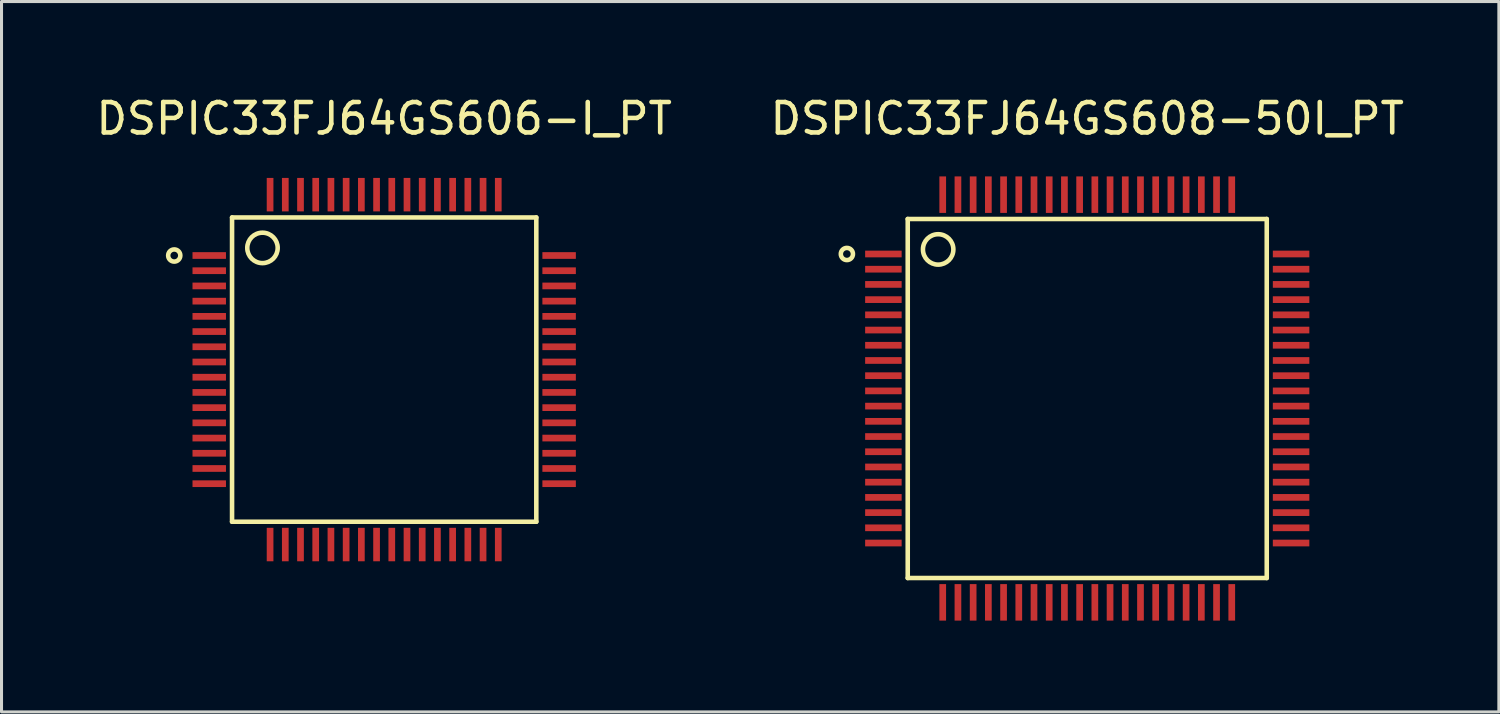
<source format=kicad_pcb>
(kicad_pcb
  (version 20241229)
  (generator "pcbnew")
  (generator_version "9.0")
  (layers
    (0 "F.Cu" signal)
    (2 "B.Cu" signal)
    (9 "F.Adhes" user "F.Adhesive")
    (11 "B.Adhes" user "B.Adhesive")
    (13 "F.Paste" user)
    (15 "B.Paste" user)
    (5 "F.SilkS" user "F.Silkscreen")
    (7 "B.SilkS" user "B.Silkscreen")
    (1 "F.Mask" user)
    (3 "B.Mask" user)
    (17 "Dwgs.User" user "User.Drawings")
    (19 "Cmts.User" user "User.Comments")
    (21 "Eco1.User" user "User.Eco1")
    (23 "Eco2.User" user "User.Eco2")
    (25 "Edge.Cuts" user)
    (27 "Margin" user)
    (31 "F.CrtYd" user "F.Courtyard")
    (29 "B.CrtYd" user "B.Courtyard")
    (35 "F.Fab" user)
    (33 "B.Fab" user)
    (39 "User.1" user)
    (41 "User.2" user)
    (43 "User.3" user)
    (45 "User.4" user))
  (footprint "DSPIC33FJ64GS608-50I_PT"
    (layer "F.Cu")
    (at 25.985 3.348)
    (property "Reference" "DSPIC33FJ64GS608-50I_PT" (at 6.7 -2.5 0) (layer "F.SilkS") (effects (font (size 1 1) (thickness 0.15))))
    (attr through_hole)
    (fp_line (start 0.8 0.8) (end 0.8 12.6) (stroke (width 0.15) (type solid)) (layer "F.SilkS"))
    (fp_line (start 0.8 0.8) (end 12.6 0.8) (stroke (width 0.15) (type solid)) (layer "F.SilkS"))
    (fp_line (start 0.8 12.6) (end 12.6 12.6) (stroke (width 0.15) (type solid)) (layer "F.SilkS"))
    (fp_line (start 12.6 12.6) (end 12.6 0.8) (stroke (width 0.15) (type solid)) (layer "F.SilkS"))
    (fp_circle (center -1.2 1.95) (end -1.2 1.75) (stroke (width 0.15) (type solid)) (fill no) (layer "F.SilkS"))
    (fp_circle (center 1.8 1.8) (end 1.8 1.3) (stroke (width 0.15) (type solid)) (fill no) (layer "F.SilkS"))
    (pad "1" smd rect (at 0 1.95) (size 1.2 0.22) (layers "F.Cu" "F.Mask" "F.Paste"))
    (pad "2" smd rect (at 0 2.45) (size 1.2 0.22) (layers "F.Cu" "F.Mask" "F.Paste"))
    (pad "3" smd rect (at 0 2.95) (size 1.2 0.22) (layers "F.Cu" "F.Mask" "F.Paste"))
    (pad "4" smd rect (at 0 3.45) (size 1.2 0.22) (layers "F.Cu" "F.Mask" "F.Paste"))
    (pad "5" smd rect (at 0 3.95) (size 1.2 0.22) (layers "F.Cu" "F.Mask" "F.Paste"))
    (pad "6" smd rect (at 0 4.45) (size 1.2 0.22) (layers "F.Cu" "F.Mask" "F.Paste"))
    (pad "7" smd rect (at 0 4.95) (size 1.2 0.22) (layers "F.Cu" "F.Mask" "F.Paste"))
    (pad "8" smd rect (at 0 5.45) (size 1.2 0.22) (layers "F.Cu" "F.Mask" "F.Paste"))
    (pad "9" smd rect (at 0 5.95) (size 1.2 0.22) (layers "F.Cu" "F.Mask" "F.Paste"))
    (pad "10" smd rect (at 0 6.45) (size 1.2 0.22) (layers "F.Cu" "F.Mask" "F.Paste"))
    (pad "11" smd rect (at 0 6.95) (size 1.2 0.22) (layers "F.Cu" "F.Mask" "F.Paste"))
    (pad "12" smd rect (at 0 7.45) (size 1.2 0.22) (layers "F.Cu" "F.Mask" "F.Paste"))
    (pad "13" smd rect (at 0 7.95) (size 1.2 0.22) (layers "F.Cu" "F.Mask" "F.Paste"))
    (pad "14" smd rect (at 0 8.45) (size 1.2 0.22) (layers "F.Cu" "F.Mask" "F.Paste"))
    (pad "15" smd rect (at 0 8.95) (size 1.2 0.22) (layers "F.Cu" "F.Mask" "F.Paste"))
    (pad "16" smd rect (at 0 9.45) (size 1.2 0.22) (layers "F.Cu" "F.Mask" "F.Paste"))
    (pad "17" smd rect (at 0 9.95) (size 1.2 0.22) (layers "F.Cu" "F.Mask" "F.Paste"))
    (pad "18" smd rect (at 0 10.45) (size 1.2 0.22) (layers "F.Cu" "F.Mask" "F.Paste"))
    (pad "19" smd rect (at 0 10.95) (size 1.2 0.22) (layers "F.Cu" "F.Mask" "F.Paste"))
    (pad "20" smd rect (at 0 11.45) (size 1.2 0.22) (layers "F.Cu" "F.Mask" "F.Paste"))
    (pad "21" smd rect (at 1.95 13.4) (size 0.22 1.2) (layers "F.Cu" "F.Mask" "F.Paste"))
    (pad "22" smd rect (at 2.45 13.4) (size 0.22 1.2) (layers "F.Cu" "F.Mask" "F.Paste"))
    (pad "23" smd rect (at 2.95 13.4) (size 0.22 1.2) (layers "F.Cu" "F.Mask" "F.Paste"))
    (pad "24" smd rect (at 3.45 13.4) (size 0.22 1.2) (layers "F.Cu" "F.Mask" "F.Paste"))
    (pad "25" smd rect (at 3.95 13.4) (size 0.22 1.2) (layers "F.Cu" "F.Mask" "F.Paste"))
    (pad "26" smd rect (at 4.45 13.4) (size 0.22 1.2) (layers "F.Cu" "F.Mask" "F.Paste"))
    (pad "27" smd rect (at 4.95 13.4) (size 0.22 1.2) (layers "F.Cu" "F.Mask" "F.Paste"))
    (pad "28" smd rect (at 5.45 13.4) (size 0.22 1.2) (layers "F.Cu" "F.Mask" "F.Paste"))
    (pad "29" smd rect (at 5.95 13.4) (size 0.22 1.2) (layers "F.Cu" "F.Mask" "F.Paste"))
    (pad "30" smd rect (at 6.45 13.4) (size 0.22 1.2) (layers "F.Cu" "F.Mask" "F.Paste"))
    (pad "31" smd rect (at 6.95 13.4) (size 0.22 1.2) (layers "F.Cu" "F.Mask" "F.Paste"))
    (pad "32" smd rect (at 7.45 13.4) (size 0.22 1.2) (layers "F.Cu" "F.Mask" "F.Paste"))
    (pad "33" smd rect (at 7.95 13.4) (size 0.22 1.2) (layers "F.Cu" "F.Mask" "F.Paste"))
    (pad "34" smd rect (at 8.45 13.4) (size 0.22 1.2) (layers "F.Cu" "F.Mask" "F.Paste"))
    (pad "35" smd rect (at 8.95 13.4) (size 0.22 1.2) (layers "F.Cu" "F.Mask" "F.Paste"))
    (pad "36" smd rect (at 9.45 13.4) (size 0.22 1.2) (layers "F.Cu" "F.Mask" "F.Paste"))
    (pad "37" smd rect (at 9.95 13.4) (size 0.22 1.2) (layers "F.Cu" "F.Mask" "F.Paste"))
    (pad "38" smd rect (at 10.45 13.4) (size 0.22 1.2) (layers "F.Cu" "F.Mask" "F.Paste"))
    (pad "39" smd rect (at 10.95 13.4) (size 0.22 1.2) (layers "F.Cu" "F.Mask" "F.Paste"))
    (pad "40" smd rect (at 11.45 13.4) (size 0.22 1.2) (layers "F.Cu" "F.Mask" "F.Paste"))
    (pad "41" smd rect (at 13.4 11.45) (size 1.2 0.22) (layers "F.Cu" "F.Mask" "F.Paste"))
    (pad "42" smd rect (at 13.4 10.95) (size 1.2 0.22) (layers "F.Cu" "F.Mask" "F.Paste"))
    (pad "43" smd rect (at 13.4 10.45) (size 1.2 0.22) (layers "F.Cu" "F.Mask" "F.Paste"))
    (pad "44" smd rect (at 13.4 9.95) (size 1.2 0.22) (layers "F.Cu" "F.Mask" "F.Paste"))
    (pad "45" smd rect (at 13.4 9.45) (size 1.2 0.22) (layers "F.Cu" "F.Mask" "F.Paste"))
    (pad "46" smd rect (at 13.4 8.95) (size 1.2 0.22) (layers "F.Cu" "F.Mask" "F.Paste"))
    (pad "47" smd rect (at 13.4 8.45) (size 1.2 0.22) (layers "F.Cu" "F.Mask" "F.Paste"))
    (pad "48" smd rect (at 13.4 7.95) (size 1.2 0.22) (layers "F.Cu" "F.Mask" "F.Paste"))
    (pad "49" smd rect (at 13.4 7.45) (size 1.2 0.22) (layers "F.Cu" "F.Mask" "F.Paste"))
    (pad "50" smd rect (at 13.4 6.95) (size 1.2 0.22) (layers "F.Cu" "F.Mask" "F.Paste"))
    (pad "51" smd rect (at 13.4 6.45) (size 1.2 0.22) (layers "F.Cu" "F.Mask" "F.Paste"))
    (pad "52" smd rect (at 13.4 5.95) (size 1.2 0.22) (layers "F.Cu" "F.Mask" "F.Paste"))
    (pad "53" smd rect (at 13.4 5.45) (size 1.2 0.22) (layers "F.Cu" "F.Mask" "F.Paste"))
    (pad "54" smd rect (at 13.4 4.95) (size 1.2 0.22) (layers "F.Cu" "F.Mask" "F.Paste"))
    (pad "55" smd rect (at 13.4 4.45) (size 1.2 0.22) (layers "F.Cu" "F.Mask" "F.Paste"))
    (pad "56" smd rect (at 13.4 3.95) (size 1.2 0.22) (layers "F.Cu" "F.Mask" "F.Paste"))
    (pad "57" smd rect (at 13.4 3.45) (size 1.2 0.22) (layers "F.Cu" "F.Mask" "F.Paste"))
    (pad "58" smd rect (at 13.4 2.95) (size 1.2 0.22) (layers "F.Cu" "F.Mask" "F.Paste"))
    (pad "59" smd rect (at 13.4 2.45) (size 1.2 0.22) (layers "F.Cu" "F.Mask" "F.Paste"))
    (pad "60" smd rect (at 13.4 1.95) (size 1.2 0.22) (layers "F.Cu" "F.Mask" "F.Paste"))
    (pad "61" smd rect (at 11.45 0) (size 0.22 1.2) (layers "F.Cu" "F.Mask" "F.Paste"))
    (pad "62" smd rect (at 10.95 0) (size 0.22 1.2) (layers "F.Cu" "F.Mask" "F.Paste"))
    (pad "63" smd rect (at 10.45 0) (size 0.22 1.2) (layers "F.Cu" "F.Mask" "F.Paste"))
    (pad "64" smd rect (at 9.95 0) (size 0.22 1.2) (layers "F.Cu" "F.Mask" "F.Paste"))
    (pad "65" smd rect (at 9.45 0) (size 0.22 1.2) (layers "F.Cu" "F.Mask" "F.Paste"))
    (pad "66" smd rect (at 8.95 0) (size 0.22 1.2) (layers "F.Cu" "F.Mask" "F.Paste"))
    (pad "67" smd rect (at 8.45 0) (size 0.22 1.2) (layers "F.Cu" "F.Mask" "F.Paste"))
    (pad "68" smd rect (at 7.95 0) (size 0.22 1.2) (layers "F.Cu" "F.Mask" "F.Paste"))
    (pad "69" smd rect (at 7.45 0) (size 0.22 1.2) (layers "F.Cu" "F.Mask" "F.Paste"))
    (pad "70" smd rect (at 6.95 0) (size 0.22 1.2) (layers "F.Cu" "F.Mask" "F.Paste"))
    (pad "71" smd rect (at 6.45 0) (size 0.22 1.2) (layers "F.Cu" "F.Mask" "F.Paste"))
    (pad "72" smd rect (at 5.95 0) (size 0.22 1.2) (layers "F.Cu" "F.Mask" "F.Paste"))
    (pad "73" smd rect (at 5.45 0) (size 0.22 1.2) (layers "F.Cu" "F.Mask" "F.Paste"))
    (pad "74" smd rect (at 4.95 0) (size 0.22 1.2) (layers "F.Cu" "F.Mask" "F.Paste"))
    (pad "75" smd rect (at 4.45 0) (size 0.22 1.2) (layers "F.Cu" "F.Mask" "F.Paste"))
    (pad "76" smd rect (at 3.95 0) (size 0.22 1.2) (layers "F.Cu" "F.Mask" "F.Paste"))
    (pad "77" smd rect (at 3.45 0) (size 0.22 1.2) (layers "F.Cu" "F.Mask" "F.Paste"))
    (pad "78" smd rect (at 2.95 0) (size 0.22 1.2) (layers "F.Cu" "F.Mask" "F.Paste"))
    (pad "79" smd rect (at 2.45 0) (size 0.22 1.2) (layers "F.Cu" "F.Mask" "F.Paste"))
    (pad "80" smd rect (at 1.95 0) (size 0.22 1.2) (layers "F.Cu" "F.Mask" "F.Paste")))
  (footprint "DSPIC33FJ64GS606-I_PT"
    (layer "F.Cu")
    (at 3.827 3.348)
    (property "Reference" "DSPIC33FJ64GS606-I_PT" (at 5.75 -2.5 0) (layer "F.SilkS") (effects (font (size 1 1) (thickness 0.15))))
    (attr through_hole)
    (fp_line (start 0.75 0.75) (end 0.75 10.75) (stroke (width 0.15) (type solid)) (layer "F.SilkS"))
    (fp_line (start 0.75 0.75) (end 10.75 0.75) (stroke (width 0.15) (type solid)) (layer "F.SilkS"))
    (fp_line (start 0.75 10.75) (end 10.75 10.75) (stroke (width 0.15) (type solid)) (layer "F.SilkS"))
    (fp_line (start 10.75 10.75) (end 10.75 0.75) (stroke (width 0.15) (type solid)) (layer "F.SilkS"))
    (fp_circle (center -1.15 2) (end -1.15 1.8) (stroke (width 0.15) (type solid)) (fill no) (layer "F.SilkS"))
    (fp_circle (center 1.75 1.75) (end 1.75 1.25) (stroke (width 0.15) (type solid)) (fill no) (layer "F.SilkS"))
    (pad "1" smd rect (at 0 2) (size 1.1 0.22) (layers "F.Cu" "F.Mask" "F.Paste"))
    (pad "2" smd rect (at 0 2.5) (size 1.1 0.22) (layers "F.Cu" "F.Mask" "F.Paste"))
    (pad "3" smd rect (at 0 3) (size 1.1 0.22) (layers "F.Cu" "F.Mask" "F.Paste"))
    (pad "4" smd rect (at 0 3.5) (size 1.1 0.22) (layers "F.Cu" "F.Mask" "F.Paste"))
    (pad "5" smd rect (at 0 4) (size 1.1 0.22) (layers "F.Cu" "F.Mask" "F.Paste"))
    (pad "6" smd rect (at 0 4.5) (size 1.1 0.22) (layers "F.Cu" "F.Mask" "F.Paste"))
    (pad "7" smd rect (at 0 5) (size 1.1 0.22) (layers "F.Cu" "F.Mask" "F.Paste"))
    (pad "8" smd rect (at 0 5.5) (size 1.1 0.22) (layers "F.Cu" "F.Mask" "F.Paste"))
    (pad "9" smd rect (at 0 6) (size 1.1 0.22) (layers "F.Cu" "F.Mask" "F.Paste"))
    (pad "10" smd rect (at 0 6.5) (size 1.1 0.22) (layers "F.Cu" "F.Mask" "F.Paste"))
    (pad "11" smd rect (at 0 7) (size 1.1 0.22) (layers "F.Cu" "F.Mask" "F.Paste"))
    (pad "12" smd rect (at 0 7.5) (size 1.1 0.22) (layers "F.Cu" "F.Mask" "F.Paste"))
    (pad "13" smd rect (at 0 8) (size 1.1 0.22) (layers "F.Cu" "F.Mask" "F.Paste"))
    (pad "14" smd rect (at 0 8.5) (size 1.1 0.22) (layers "F.Cu" "F.Mask" "F.Paste"))
    (pad "15" smd rect (at 0 9) (size 1.1 0.22) (layers "F.Cu" "F.Mask" "F.Paste"))
    (pad "16" smd rect (at 0 9.5) (size 1.1 0.22) (layers "F.Cu" "F.Mask" "F.Paste"))
    (pad "17" smd rect (at 2 11.5) (size 0.22 1.1) (layers "F.Cu" "F.Mask" "F.Paste"))
    (pad "18" smd rect (at 2.5 11.5) (size 0.22 1.1) (layers "F.Cu" "F.Mask" "F.Paste"))
    (pad "19" smd rect (at 3 11.5) (size 0.22 1.1) (layers "F.Cu" "F.Mask" "F.Paste"))
    (pad "20" smd rect (at 3.5 11.5) (size 0.22 1.1) (layers "F.Cu" "F.Mask" "F.Paste"))
    (pad "21" smd rect (at 4 11.5) (size 0.22 1.1) (layers "F.Cu" "F.Mask" "F.Paste"))
    (pad "22" smd rect (at 4.5 11.5) (size 0.22 1.1) (layers "F.Cu" "F.Mask" "F.Paste"))
    (pad "23" smd rect (at 5 11.5) (size 0.22 1.1) (layers "F.Cu" "F.Mask" "F.Paste"))
    (pad "24" smd rect (at 5.5 11.5) (size 0.22 1.1) (layers "F.Cu" "F.Mask" "F.Paste"))
    (pad "25" smd rect (at 6 11.5) (size 0.22 1.1) (layers "F.Cu" "F.Mask" "F.Paste"))
    (pad "26" smd rect (at 6.5 11.5) (size 0.22 1.1) (layers "F.Cu" "F.Mask" "F.Paste"))
    (pad "27" smd rect (at 7 11.5) (size 0.22 1.1) (layers "F.Cu" "F.Mask" "F.Paste"))
    (pad "28" smd rect (at 7.5 11.5) (size 0.22 1.1) (layers "F.Cu" "F.Mask" "F.Paste"))
    (pad "29" smd rect (at 8 11.5) (size 0.22 1.1) (layers "F.Cu" "F.Mask" "F.Paste"))
    (pad "30" smd rect (at 8.5 11.5) (size 0.22 1.1) (layers "F.Cu" "F.Mask" "F.Paste"))
    (pad "31" smd rect (at 9 11.5) (size 0.22 1.1) (layers "F.Cu" "F.Mask" "F.Paste"))
    (pad "32" smd rect (at 9.5 11.5) (size 0.22 1.1) (layers "F.Cu" "F.Mask" "F.Paste"))
    (pad "33" smd rect (at 11.5 9.5) (size 1.1 0.22) (layers "F.Cu" "F.Mask" "F.Paste"))
    (pad "34" smd rect (at 11.5 9) (size 1.1 0.22) (layers "F.Cu" "F.Mask" "F.Paste"))
    (pad "35" smd rect (at 11.5 8.5) (size 1.1 0.22) (layers "F.Cu" "F.Mask" "F.Paste"))
    (pad "36" smd rect (at 11.5 8) (size 1.1 0.22) (layers "F.Cu" "F.Mask" "F.Paste"))
    (pad "37" smd rect (at 11.5 7.5) (size 1.1 0.22) (layers "F.Cu" "F.Mask" "F.Paste"))
    (pad "38" smd rect (at 11.5 7) (size 1.1 0.22) (layers "F.Cu" "F.Mask" "F.Paste"))
    (pad "39" smd rect (at 11.5 6.5) (size 1.1 0.22) (layers "F.Cu" "F.Mask" "F.Paste"))
    (pad "40" smd rect (at 11.5 6) (size 1.1 0.22) (layers "F.Cu" "F.Mask" "F.Paste"))
    (pad "41" smd rect (at 11.5 5.5) (size 1.1 0.22) (layers "F.Cu" "F.Mask" "F.Paste"))
    (pad "42" smd rect (at 11.5 5) (size 1.1 0.22) (layers "F.Cu" "F.Mask" "F.Paste"))
    (pad "43" smd rect (at 11.5 4.5) (size 1.1 0.22) (layers "F.Cu" "F.Mask" "F.Paste"))
    (pad "44" smd rect (at 11.5 4) (size 1.1 0.22) (layers "F.Cu" "F.Mask" "F.Paste"))
    (pad "45" smd rect (at 11.5 3.5) (size 1.1 0.22) (layers "F.Cu" "F.Mask" "F.Paste"))
    (pad "46" smd rect (at 11.5 3) (size 1.1 0.22) (layers "F.Cu" "F.Mask" "F.Paste"))
    (pad "47" smd rect (at 11.5 2.5) (size 1.1 0.22) (layers "F.Cu" "F.Mask" "F.Paste"))
    (pad "48" smd rect (at 11.5 2) (size 1.1 0.22) (layers "F.Cu" "F.Mask" "F.Paste"))
    (pad "49" smd rect (at 9.5 0) (size 0.22 1.1) (layers "F.Cu" "F.Mask" "F.Paste"))
    (pad "50" smd rect (at 9 0) (size 0.22 1.1) (layers "F.Cu" "F.Mask" "F.Paste"))
    (pad "51" smd rect (at 8.5 0) (size 0.22 1.1) (layers "F.Cu" "F.Mask" "F.Paste"))
    (pad "52" smd rect (at 8 0) (size 0.22 1.1) (layers "F.Cu" "F.Mask" "F.Paste"))
    (pad "53" smd rect (at 7.5 0) (size 0.22 1.1) (layers "F.Cu" "F.Mask" "F.Paste"))
    (pad "54" smd rect (at 7 0) (size 0.22 1.1) (layers "F.Cu" "F.Mask" "F.Paste"))
    (pad "55" smd rect (at 6.5 0) (size 0.22 1.1) (layers "F.Cu" "F.Mask" "F.Paste"))
    (pad "56" smd rect (at 6 0) (size 0.22 1.1) (layers "F.Cu" "F.Mask" "F.Paste"))
    (pad "57" smd rect (at 5.5 0) (size 0.22 1.1) (layers "F.Cu" "F.Mask" "F.Paste"))
    (pad "58" smd rect (at 5 0) (size 0.22 1.1) (layers "F.Cu" "F.Mask" "F.Paste"))
    (pad "59" smd rect (at 4.5 0) (size 0.22 1.1) (layers "F.Cu" "F.Mask" "F.Paste"))
    (pad "60" smd rect (at 4 0) (size 0.22 1.1) (layers "F.Cu" "F.Mask" "F.Paste"))
    (pad "61" smd rect (at 3.5 0) (size 0.22 1.1) (layers "F.Cu" "F.Mask" "F.Paste"))
    (pad "62" smd rect (at 3 0) (size 0.22 1.1) (layers "F.Cu" "F.Mask" "F.Paste"))
    (pad "63" smd rect (at 2.5 0) (size 0.22 1.1) (layers "F.Cu" "F.Mask" "F.Paste"))
    (pad "64" smd rect (at 2 0) (size 0.22 1.1) (layers "F.Cu" "F.Mask" "F.Paste")))
  (gr_rect
    (start -3 -3)
    (end 46.214 20.348)
    (stroke (width 0.1) (type default))
    (fill no)
    (layer "Edge.Cuts")))
</source>
